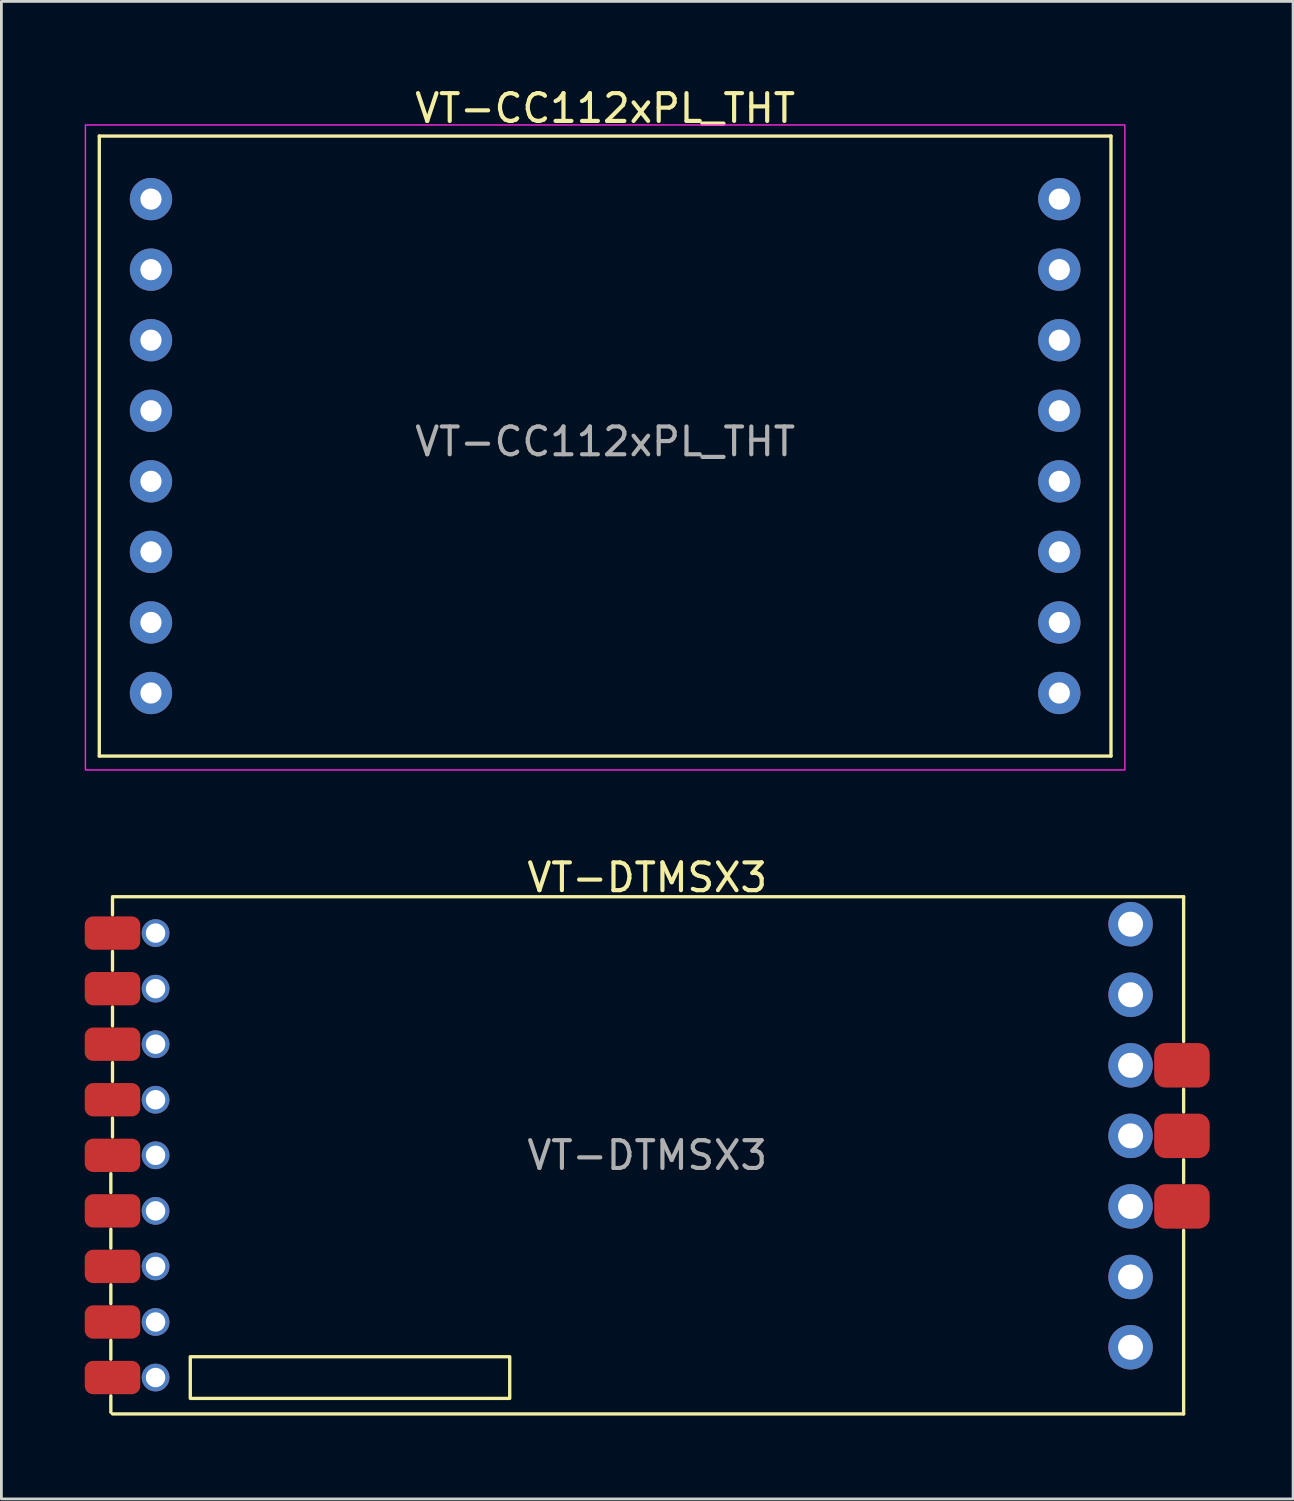
<source format=kicad_pcb>
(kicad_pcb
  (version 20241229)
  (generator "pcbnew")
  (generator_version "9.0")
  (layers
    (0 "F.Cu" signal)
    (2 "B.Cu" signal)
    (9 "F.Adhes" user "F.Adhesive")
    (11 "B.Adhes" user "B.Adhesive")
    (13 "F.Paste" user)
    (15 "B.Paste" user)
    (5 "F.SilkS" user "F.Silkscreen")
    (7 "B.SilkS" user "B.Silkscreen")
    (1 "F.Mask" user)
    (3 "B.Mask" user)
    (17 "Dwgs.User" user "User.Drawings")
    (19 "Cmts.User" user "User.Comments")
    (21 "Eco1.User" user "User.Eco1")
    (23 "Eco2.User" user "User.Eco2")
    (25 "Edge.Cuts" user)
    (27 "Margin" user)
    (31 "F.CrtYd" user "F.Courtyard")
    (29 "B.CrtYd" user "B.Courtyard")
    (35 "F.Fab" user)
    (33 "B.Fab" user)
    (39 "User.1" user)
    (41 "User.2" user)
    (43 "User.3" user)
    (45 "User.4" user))
  (footprint "VT-DTMSX3"
    (layer "F.Cu")
    (at 20.25 38.541)
    (property "Reference" "VT-DTMSX3" (at 0 -10 0) (unlocked yes) (layer "F.SilkS") (effects (font (size 1 1) (thickness 0.15))))
    (attr smd)
    (fp_line (start -19.31 0.66) (end -19.31 1.34) (stroke (width 0.12) (type solid)) (layer "F.SilkS"))
    (fp_line (start -19.31 2.66) (end -19.31 3.34) (stroke (width 0.12) (type solid)) (layer "F.SilkS"))
    (fp_line (start -19.31 4.66) (end -19.31 5.34) (stroke (width 0.12) (type solid)) (layer "F.SilkS"))
    (fp_line (start -19.31 6.66) (end -19.31 7.34) (stroke (width 0.12) (type solid)) (layer "F.SilkS"))
    (fp_line (start -19.31 8.66) (end -19.31 9.25) (stroke (width 0.12) (type solid)) (layer "F.SilkS"))
    (fp_line (start -19.25 -9.31) (end 19.31 -9.31) (stroke (width 0.12) (type solid)) (layer "F.SilkS"))
    (fp_line (start -19.25 -9.25) (end -19.25 -8.66) (stroke (width 0.12) (type solid)) (layer "F.SilkS"))
    (fp_line (start -19.25 -7.34) (end -19.25 -6.66) (stroke (width 0.12) (type solid)) (layer "F.SilkS"))
    (fp_line (start -19.25 -5.34) (end -19.25 -4.66) (stroke (width 0.12) (type solid)) (layer "F.SilkS"))
    (fp_line (start -19.25 -3.34) (end -19.25 -2.66) (stroke (width 0.12) (type solid)) (layer "F.SilkS"))
    (fp_line (start -19.25 -1.34) (end -19.25 -0.66) (stroke (width 0.12) (type solid)) (layer "F.SilkS"))
    (fp_line (start 19.31 -4.1) (end 19.31 -9.31) (stroke (width 0.12) (type solid)) (layer "F.SilkS"))
    (fp_line (start 19.31 -1.56) (end 19.31 -2.38) (stroke (width 0.12) (type solid)) (layer "F.SilkS"))
    (fp_line (start 19.31 0.98) (end 19.31 0.16) (stroke (width 0.12) (type solid)) (layer "F.SilkS"))
    (fp_line (start 19.31 9.31) (end -19.25 9.31) (stroke (width 0.12) (type solid)) (layer "F.SilkS"))
    (fp_line (start 19.31 9.31) (end 19.31 2.7) (stroke (width 0.12) (type solid)) (layer "F.SilkS"))
    (fp_poly (pts (xy -4.95 8.75) (xy -16.45 8.75) (xy -16.45 7.25) (xy -4.95 7.25)) (stroke (width 0.12) (type solid)) (fill no) (layer "F.SilkS"))
    (fp_text user "${REFERENCE}" (at 0 0 0) (unlocked yes) (layer "F.Fab") (effects (font (size 1 1) (thickness 0.15))))
    (pad "1" smd roundrect (at -19.25 -8) (size 2 1.2) (layers "F.Cu" "F.Mask" "F.Paste") (roundrect_rratio 0.25))
    (pad "1" thru_hole circle (at -17.7 -8) (size 1 1) (drill 0.7) (layers "*.Cu" "*.Mask"))
    (pad "2" smd roundrect (at -19.25 -6) (size 2 1.2) (layers "F.Cu" "F.Mask" "F.Paste") (roundrect_rratio 0.25))
    (pad "2" thru_hole circle (at -17.7 -6) (size 1 1) (drill 0.7) (layers "*.Cu" "*.Mask"))
    (pad "3" smd roundrect (at -19.25 -4) (size 2 1.2) (layers "F.Cu" "F.Mask" "F.Paste") (roundrect_rratio 0.25))
    (pad "3" thru_hole circle (at -17.7 -4) (size 1 1) (drill 0.7) (layers "*.Cu" "*.Mask"))
    (pad "4" smd roundrect (at -19.25 -2) (size 2 1.2) (layers "F.Cu" "F.Mask" "F.Paste") (roundrect_rratio 0.25))
    (pad "4" thru_hole circle (at -17.7 -2) (size 1 1) (drill 0.7) (layers "*.Cu" "*.Mask"))
    (pad "5" smd roundrect (at -19.25 0) (size 2 1.2) (layers "F.Cu" "F.Mask" "F.Paste") (roundrect_rratio 0.25))
    (pad "5" thru_hole circle (at -17.7 0) (size 1 1) (drill 0.7) (layers "*.Cu" "*.Mask"))
    (pad "6" smd roundrect (at -19.25 2) (size 2 1.2) (layers "F.Cu" "F.Mask" "F.Paste") (roundrect_rratio 0.25))
    (pad "6" thru_hole circle (at -17.7 2) (size 1 1) (drill 0.7) (layers "*.Cu" "*.Mask"))
    (pad "7" smd roundrect (at -19.25 4) (size 2 1.2) (layers "F.Cu" "F.Mask" "F.Paste") (roundrect_rratio 0.25))
    (pad "7" thru_hole circle (at -17.7 4) (size 1 1) (drill 0.7) (layers "*.Cu" "*.Mask"))
    (pad "8" smd roundrect (at -19.25 6) (size 2 1.2) (layers "F.Cu" "F.Mask" "F.Paste") (roundrect_rratio 0.25))
    (pad "8" thru_hole circle (at -17.7 6) (size 1 1) (drill 0.7) (layers "*.Cu" "*.Mask"))
    (pad "9" smd roundrect (at -19.25 8) (size 2 1.2) (layers "F.Cu" "F.Mask" "F.Paste") (roundrect_rratio 0.25))
    (pad "9" thru_hole circle (at -17.7 8) (size 1 1) (drill 0.7) (layers "*.Cu" "*.Mask"))
    (pad "10" thru_hole circle (at 17.4 -8.32) (size 1.6 1.6) (drill 0.9) (layers "*.Cu" "*.Mask"))
    (pad "11" thru_hole circle (at 17.4 -5.78) (size 1.6 1.6) (drill 0.9) (layers "*.Cu" "*.Mask"))
    (pad "12" thru_hole circle (at 17.4 -3.24) (size 1.6 1.6) (drill 0.9) (layers "*.Cu" "*.Mask"))
    (pad "12" smd roundrect (at 19.25 -3.24) (size 2 1.6) (layers "F.Cu" "F.Mask" "F.Paste") (roundrect_rratio 0.25))
    (pad "13" thru_hole circle (at 17.4 -0.7) (size 1.6 1.6) (drill 0.9) (layers "*.Cu" "*.Mask"))
    (pad "13" smd roundrect (at 19.25 -0.7) (size 2 1.6) (layers "F.Cu" "F.Mask" "F.Paste") (roundrect_rratio 0.25))
    (pad "14" thru_hole circle (at 17.4 1.84) (size 1.6 1.6) (drill 0.9) (layers "*.Cu" "*.Mask"))
    (pad "14" smd roundrect (at 19.25 1.84) (size 2 1.6) (layers "F.Cu" "F.Mask" "F.Paste") (roundrect_rratio 0.25))
    (pad "15" thru_hole circle (at 17.4 4.38) (size 1.6 1.6) (drill 0.9) (layers "*.Cu" "*.Mask"))
    (pad "16" thru_hole circle (at 17.4 6.91) (size 1.6 1.6) (drill 0.9) (layers "*.Cu" "*.Mask"))
    (zone (net_name "") (layer "F.Cu") (hatch edge 0.508) (connect_pads) (min_thickness 0.254) (filled_areas_thickness no) (keepout (tracks allowed) (vias allowed) (pads allowed) (copperpour allowed) (footprints not_allowed)) (placement (enabled no)) (fill) (polygon (pts (xy 39.5 47.791) (xy 1 47.791) (xy 1 29.291) (xy 39.5 29.291)))))
  (footprint "VT-CC112xPL_THT"
    (layer "F.Cu")
    (at 18.735 12.848)
    (property "Reference" "VT-CC112xPL_THT" (at 0 -12 0) (unlocked yes) (layer "F.SilkS") (effects (font (size 1 1) (thickness 0.15))))
    (attr through_hole)
    (fp_line (start -18.21 -11) (end -18.21 11.32) (stroke (width 0.12) (type solid)) (layer "F.SilkS"))
    (fp_line (start 18.21 -11) (end -18.21 -11) (stroke (width 0.12) (type solid)) (layer "F.SilkS"))
    (fp_line (start 18.21 -11) (end 18.21 11.32) (stroke (width 0.12) (type solid)) (layer "F.SilkS"))
    (fp_line (start 18.21 11.32) (end -18.21 11.32) (stroke (width 0.12) (type solid)) (layer "F.SilkS"))
    (fp_rect (start -18.71 11.82) (end 18.71 -11.4) (stroke (width 0.05) (type solid)) (fill no) (layer "F.CrtYd"))
    (fp_text user "${REFERENCE}" (at 0 0 0) (unlocked yes) (layer "F.Fab") (effects (font (size 1 1) (thickness 0.15))))
    (pad "1" thru_hole circle (at -16.35 -8.73) (size 1.524 1.524) (drill 0.762) (layers "*.Cu" "*.Mask"))
    (pad "2" thru_hole circle (at -16.35 -6.19) (size 1.524 1.524) (drill 0.762) (layers "*.Cu" "*.Mask"))
    (pad "3" thru_hole circle (at -16.35 -3.65) (size 1.524 1.524) (drill 0.762) (layers "*.Cu" "*.Mask"))
    (pad "4" thru_hole circle (at -16.35 -1.11) (size 1.524 1.524) (drill 0.762) (layers "*.Cu" "*.Mask"))
    (pad "5" thru_hole circle (at -16.35 1.43) (size 1.524 1.524) (drill 0.762) (layers "*.Cu" "*.Mask"))
    (pad "6" thru_hole circle (at -16.35 3.97) (size 1.524 1.524) (drill 0.762) (layers "*.Cu" "*.Mask"))
    (pad "7" thru_hole circle (at -16.35 6.51) (size 1.524 1.524) (drill 0.762) (layers "*.Cu" "*.Mask"))
    (pad "8" thru_hole circle (at -16.35 9.05) (size 1.524 1.524) (drill 0.762) (layers "*.Cu" "*.Mask"))
    (pad "18" thru_hole circle (at 16.35 9.05) (size 1.524 1.524) (drill 0.762) (layers "*.Cu" "*.Mask"))
    (pad "19" thru_hole circle (at 16.35 6.51) (size 1.524 1.524) (drill 0.762) (layers "*.Cu" "*.Mask"))
    (pad "20" thru_hole circle (at 16.35 3.97) (size 1.524 1.524) (drill 0.762) (layers "*.Cu" "*.Mask"))
    (pad "21" thru_hole circle (at 16.35 1.43) (size 1.524 1.524) (drill 0.762) (layers "*.Cu" "*.Mask"))
    (pad "22" thru_hole circle (at 16.35 -1.11) (size 1.524 1.524) (drill 0.762) (layers "*.Cu" "*.Mask"))
    (pad "23" thru_hole circle (at 16.35 -3.65) (size 1.524 1.524) (drill 0.762) (layers "*.Cu" "*.Mask"))
    (pad "24" thru_hole circle (at 16.35 -6.19) (size 1.524 1.524) (drill 0.762) (layers "*.Cu" "*.Mask"))
    (pad "25" thru_hole circle (at 16.35 -8.73) (size 1.524 1.524) (drill 0.762) (layers "*.Cu" "*.Mask"))
    (zone (net_name "") (layer "F.Cu") (hatch edge 0.508) (connect_pads) (min_thickness 0.254) (filled_areas_thickness no) (keepout (tracks allowed) (vias allowed) (pads allowed) (copperpour allowed) (footprints not_allowed)) (placement (enabled no)) (fill) (polygon (pts (xy 36.885 24.108) (xy 0.585 24.108) (xy 0.585 1.908) (xy 36.885 1.908)))))
  (gr_rect
    (start -3 -3)
    (end 43.5 50.911)
    (stroke (width 0.1) (type default))
    (fill no)
    (layer "Edge.Cuts")))
</source>
